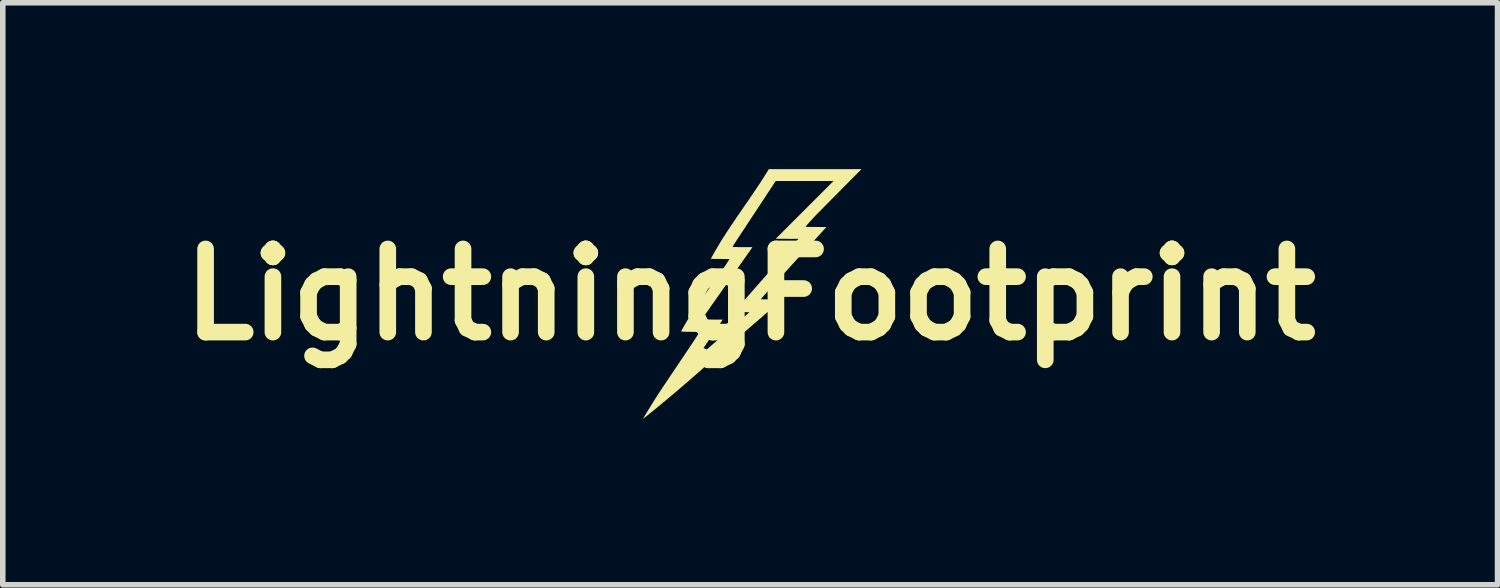
<source format=kicad_pcb>
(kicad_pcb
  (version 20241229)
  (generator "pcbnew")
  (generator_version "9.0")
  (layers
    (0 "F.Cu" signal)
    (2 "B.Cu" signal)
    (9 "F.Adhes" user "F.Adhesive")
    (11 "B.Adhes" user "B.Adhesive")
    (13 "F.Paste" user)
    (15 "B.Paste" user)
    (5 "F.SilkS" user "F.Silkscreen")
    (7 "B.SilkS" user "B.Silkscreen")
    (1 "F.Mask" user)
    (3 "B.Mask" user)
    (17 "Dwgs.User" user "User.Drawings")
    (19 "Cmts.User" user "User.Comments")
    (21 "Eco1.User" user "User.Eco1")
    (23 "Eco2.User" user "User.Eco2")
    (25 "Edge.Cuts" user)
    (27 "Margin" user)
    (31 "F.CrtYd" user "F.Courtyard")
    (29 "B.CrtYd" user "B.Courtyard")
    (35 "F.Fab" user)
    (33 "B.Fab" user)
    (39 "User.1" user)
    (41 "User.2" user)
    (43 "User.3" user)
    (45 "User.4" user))
  (footprint "LightningFootprint"
    (layer "F.Cu")
    (at 10.479 2.261)
    (property "Reference" "LightningFootprint" (at 0 0 0) (layer "F.SilkS") (effects (font (size 1.5 1.5) (thickness 0.3))))
    (attr board_only exclude_from_pos_files exclude_from_bom)
    (fp_poly (pts (xy 1.797 -2.049) (xy 1.705 -1.956) (xy 1.621 -1.871) (xy 1.544 -1.793) (xy 1.473 -1.722) (xy 1.41 -1.658) (xy 1.353 -1.601) (xy 1.303 -1.55) (xy 1.26 -1.506) (xy 1.222 -1.468) (xy 1.191 -1.436) (xy 1.166 -1.41) (xy 1.147 -1.39) (xy 1.136 -1.378) (xy 1.112 -1.351) (xy 1.088 -1.325) (xy 1.064 -1.299) (xy 1.043 -1.275) (xy 1.025 -1.254) (xy 1.012 -1.238) (xy 1.003 -1.227) (xy 1 -1.222) (xy 1.005 -1.221) (xy 1.019 -1.221) (xy 1.042 -1.22) (xy 1.071 -1.219) (xy 1.106 -1.219) (xy 1.146 -1.218) (xy 1.187 -1.218) (xy 1.374 -1.216) (xy 1.239 -1.068) (xy 1.201 -1.026) (xy 1.158 -0.98) (xy 1.113 -0.931) (xy 1.068 -0.882) (xy 1.025 -0.834) (xy 0.986 -0.791) (xy 0.972 -0.776) (xy 0.947 -0.749) (xy 0.917 -0.716) (xy 0.881 -0.676) (xy 0.84 -0.632) (xy 0.796 -0.583) (xy 0.749 -0.532) (xy 0.7 -0.479) (xy 0.651 -0.424) (xy 0.601 -0.369) (xy 0.551 -0.315) (xy 0.542 -0.305) (xy 0.496 -0.255) (xy 0.451 -0.206) (xy 0.409 -0.159) (xy 0.37 -0.116) (xy 0.333 -0.076) (xy 0.301 -0.04) (xy 0.273 -0.009) (xy 0.25 0.017) (xy 0.232 0.037) (xy 0.221 0.05) (xy 0.217 0.054) (xy 0.192 0.086) (xy 0.383 0.089) (xy 0.575 0.091) (xy 0.385 0.255) (xy 0.291 0.336) (xy 0.193 0.422) (xy 0.092 0.509) (xy -0.01 0.597) (xy -0.111 0.684) (xy -0.207 0.768) (xy -0.289 0.838) (xy -0.32 0.866) (xy -0.348 0.89) (xy -0.374 0.912) (xy -0.398 0.933) (xy -0.421 0.953) (xy -0.444 0.973) (xy -0.468 0.994) (xy -0.493 1.016) (xy -0.521 1.041) (xy -0.552 1.068) (xy -0.587 1.099) (xy -0.627 1.135) (xy -0.673 1.175) (xy -0.725 1.221) (xy -0.759 1.25) (xy -0.853 1.334) (xy -0.942 1.412) (xy -1.025 1.484) (xy -1.103 1.553) (xy -1.179 1.618) (xy -1.253 1.681) (xy -1.326 1.744) (xy -1.38 1.79) (xy -1.425 1.827) (xy -1.471 1.866) (xy -1.518 1.906) (xy -1.566 1.945) (xy -1.613 1.985) (xy -1.66 2.023) (xy -1.705 2.06) (xy -1.748 2.095) (xy -1.787 2.127) (xy -1.823 2.156) (xy -1.855 2.182) (xy -1.881 2.203) (xy -1.902 2.219) (xy -1.916 2.23) (xy -1.924 2.235) (xy -1.924 2.235) (xy -1.925 2.231) (xy -1.922 2.223) (xy -1.915 2.211) (xy -1.904 2.192) (xy -1.889 2.167) (xy -1.871 2.137) (xy -1.851 2.104) (xy -1.829 2.069) (xy -1.808 2.034) (xy -1.787 2) (xy -1.784 1.995) (xy -1.76 1.957) (xy -1.737 1.92) (xy -1.715 1.885) (xy -1.693 1.85) (xy -1.67 1.814) (xy -1.645 1.776) (xy -1.618 1.735) (xy -1.588 1.69) (xy -1.555 1.64) (xy -1.517 1.584) (xy -1.474 1.52) (xy -1.462 1.501) (xy -1.401 1.411) (xy -1.346 1.329) (xy -1.296 1.254) (xy -1.251 1.187) (xy -1.221 1.142) (xy -0.958 1.142) (xy -0.957 1.143) (xy -0.952 1.139) (xy -0.94 1.128) (xy -0.921 1.112) (xy -0.896 1.09) (xy -0.865 1.063) (xy -0.828 1.031) (xy -0.786 0.995) (xy -0.74 0.955) (xy -0.691 0.911) (xy -0.637 0.865) (xy -0.581 0.816) (xy -0.522 0.764) (xy -0.482 0.729) (xy -0.015 0.32) (xy -0.152 0.317) (xy -0.189 0.317) (xy -0.222 0.316) (xy -0.25 0.315) (xy -0.272 0.314) (xy -0.286 0.314) (xy -0.291 0.313) (xy -0.289 0.31) (xy -0.28 0.299) (xy -0.268 0.285) (xy -0.254 0.27) (xy -0.247 0.261) (xy -0.237 0.25) (xy -0.224 0.235) (xy -0.207 0.217) (xy -0.188 0.195) (xy -0.164 0.168) (xy -0.137 0.137) (xy -0.105 0.101) (xy -0.068 0.06) (xy -0.027 0.013) (xy 0.02 -0.04) (xy 0.071 -0.098) (xy 0.129 -0.164) (xy 0.192 -0.236) (xy 0.262 -0.315) (xy 0.338 -0.401) (xy 0.373 -0.44) (xy 0.399 -0.469) (xy 0.43 -0.505) (xy 0.466 -0.545) (xy 0.505 -0.59) (xy 0.546 -0.637) (xy 0.589 -0.685) (xy 0.631 -0.732) (xy 0.671 -0.778) (xy 0.676 -0.784) (xy 0.869 -1.003) (xy 0.665 -1.004) (xy 0.461 -1.005) (xy 0.982 -1.526) (xy 1.503 -2.047) (xy 0.981 -2.047) (xy 0.46 -2.047) (xy 0.355 -1.887) (xy 0.328 -1.847) (xy 0.297 -1.8) (xy 0.263 -1.748) (xy 0.228 -1.694) (xy 0.191 -1.639) (xy 0.156 -1.585) (xy 0.122 -1.534) (xy 0.112 -1.518) (xy 0.082 -1.472) (xy 0.05 -1.425) (xy 0.019 -1.378) (xy -0.01 -1.333) (xy -0.038 -1.291) (xy -0.062 -1.254) (xy -0.082 -1.223) (xy -0.092 -1.209) (xy -0.115 -1.174) (xy -0.141 -1.134) (xy -0.17 -1.091) (xy -0.198 -1.047) (xy -0.226 -1.006) (xy -0.238 -0.987) (xy -0.259 -0.955) (xy -0.278 -0.926) (xy -0.294 -0.901) (xy -0.306 -0.881) (xy -0.314 -0.867) (xy -0.318 -0.86) (xy -0.318 -0.86) (xy -0.315 -0.859) (xy -0.305 -0.857) (xy -0.287 -0.856) (xy -0.262 -0.855) (xy -0.228 -0.855) (xy -0.184 -0.854) (xy -0.138 -0.854) (xy 0.041 -0.854) (xy -0.038 -0.741) (xy -0.054 -0.719) (xy -0.075 -0.688) (xy -0.101 -0.652) (xy -0.131 -0.609) (xy -0.164 -0.562) (xy -0.2 -0.511) (xy -0.238 -0.456) (xy -0.278 -0.4) (xy -0.318 -0.343) (xy -0.358 -0.286) (xy -0.365 -0.276) (xy -0.407 -0.216) (xy -0.45 -0.154) (xy -0.494 -0.092) (xy -0.537 -0.03) (xy -0.58 0.03) (xy -0.62 0.088) (xy -0.658 0.141) (xy -0.692 0.189) (xy -0.721 0.231) (xy -0.743 0.263) (xy -0.875 0.451) (xy -0.685 0.452) (xy -0.495 0.453) (xy -0.538 0.517) (xy -0.549 0.533) (xy -0.565 0.556) (xy -0.585 0.586) (xy -0.609 0.621) (xy -0.636 0.661) (xy -0.666 0.705) (xy -0.697 0.75) (xy -0.729 0.798) (xy -0.761 0.845) (xy -0.792 0.892) (xy -0.823 0.937) (xy -0.852 0.979) (xy -0.878 1.018) (xy -0.901 1.052) (xy -0.919 1.08) (xy -0.934 1.101) (xy -0.937 1.106) (xy -0.948 1.123) (xy -0.955 1.136) (xy -0.958 1.142) (xy -1.221 1.142) (xy -1.21 1.127) (xy -1.174 1.073) (xy -1.142 1.025) (xy -1.113 0.982) (xy -1.088 0.945) (xy -1.066 0.912) (xy -1.047 0.883) (xy -1.03 0.857) (xy -1.015 0.835) (xy -1.002 0.816) (xy -0.991 0.798) (xy -0.981 0.783) (xy -0.972 0.769) (xy -0.963 0.756) (xy -0.963 0.755) (xy -0.911 0.675) (xy -1.078 0.673) (xy -1.126 0.673) (xy -1.165 0.672) (xy -1.195 0.671) (xy -1.217 0.67) (xy -1.232 0.669) (xy -1.241 0.668) (xy -1.245 0.666) (xy -1.245 0.665) (xy -1.242 0.658) (xy -1.235 0.644) (xy -1.224 0.623) (xy -1.209 0.597) (xy -1.192 0.567) (xy -1.173 0.535) (xy -1.153 0.501) (xy -1.133 0.467) (xy -1.124 0.453) (xy -1.096 0.408) (xy -1.062 0.356) (xy -1.023 0.298) (xy -0.98 0.234) (xy -0.933 0.166) (xy -0.884 0.094) (xy -0.832 0.021) (xy -0.786 -0.044) (xy -0.736 -0.114) (xy -0.692 -0.175) (xy -0.653 -0.23) (xy -0.619 -0.278) (xy -0.589 -0.32) (xy -0.563 -0.357) (xy -0.54 -0.39) (xy -0.519 -0.419) (xy -0.501 -0.446) (xy -0.485 -0.469) (xy -0.47 -0.491) (xy -0.455 -0.512) (xy -0.441 -0.533) (xy -0.436 -0.541) (xy -0.418 -0.569) (xy -0.402 -0.593) (xy -0.389 -0.613) (xy -0.38 -0.628) (xy -0.375 -0.636) (xy -0.375 -0.636) (xy -0.38 -0.637) (xy -0.394 -0.638) (xy -0.416 -0.639) (xy -0.445 -0.64) (xy -0.48 -0.64) (xy -0.518 -0.641) (xy -0.542 -0.641) (xy -0.582 -0.641) (xy -0.619 -0.641) (xy -0.651 -0.642) (xy -0.677 -0.642) (xy -0.696 -0.643) (xy -0.707 -0.644) (xy -0.708 -0.644) (xy -0.706 -0.651) (xy -0.699 -0.665) (xy -0.687 -0.686) (xy -0.672 -0.713) (xy -0.655 -0.744) (xy -0.635 -0.779) (xy -0.613 -0.817) (xy -0.592 -0.852) (xy -0.565 -0.897) (xy -0.538 -0.942) (xy -0.51 -0.988) (xy -0.479 -1.036) (xy -0.447 -1.086) (xy -0.413 -1.139) (xy -0.375 -1.196) (xy -0.334 -1.258) (xy -0.289 -1.324) (xy -0.24 -1.397) (xy -0.185 -1.476) (xy -0.126 -1.563) (xy -0.099 -1.602) (xy -0.025 -1.709) (xy 0.042 -1.808) (xy 0.103 -1.899) (xy 0.159 -1.982) (xy 0.208 -2.056) (xy 0.25 -2.123) (xy 0.284 -2.176) (xy 0.336 -2.261) (xy 1.172 -2.261) (xy 2.008 -2.261)) (stroke (width 0) (type solid)) (fill yes) (layer "F.SilkS")))
  (gr_rect
    (start -3 -3)
    (end 23.957 7.496)
    (stroke (width 0.1) (type default))
    (fill no)
    (layer "Edge.Cuts")))
</source>
